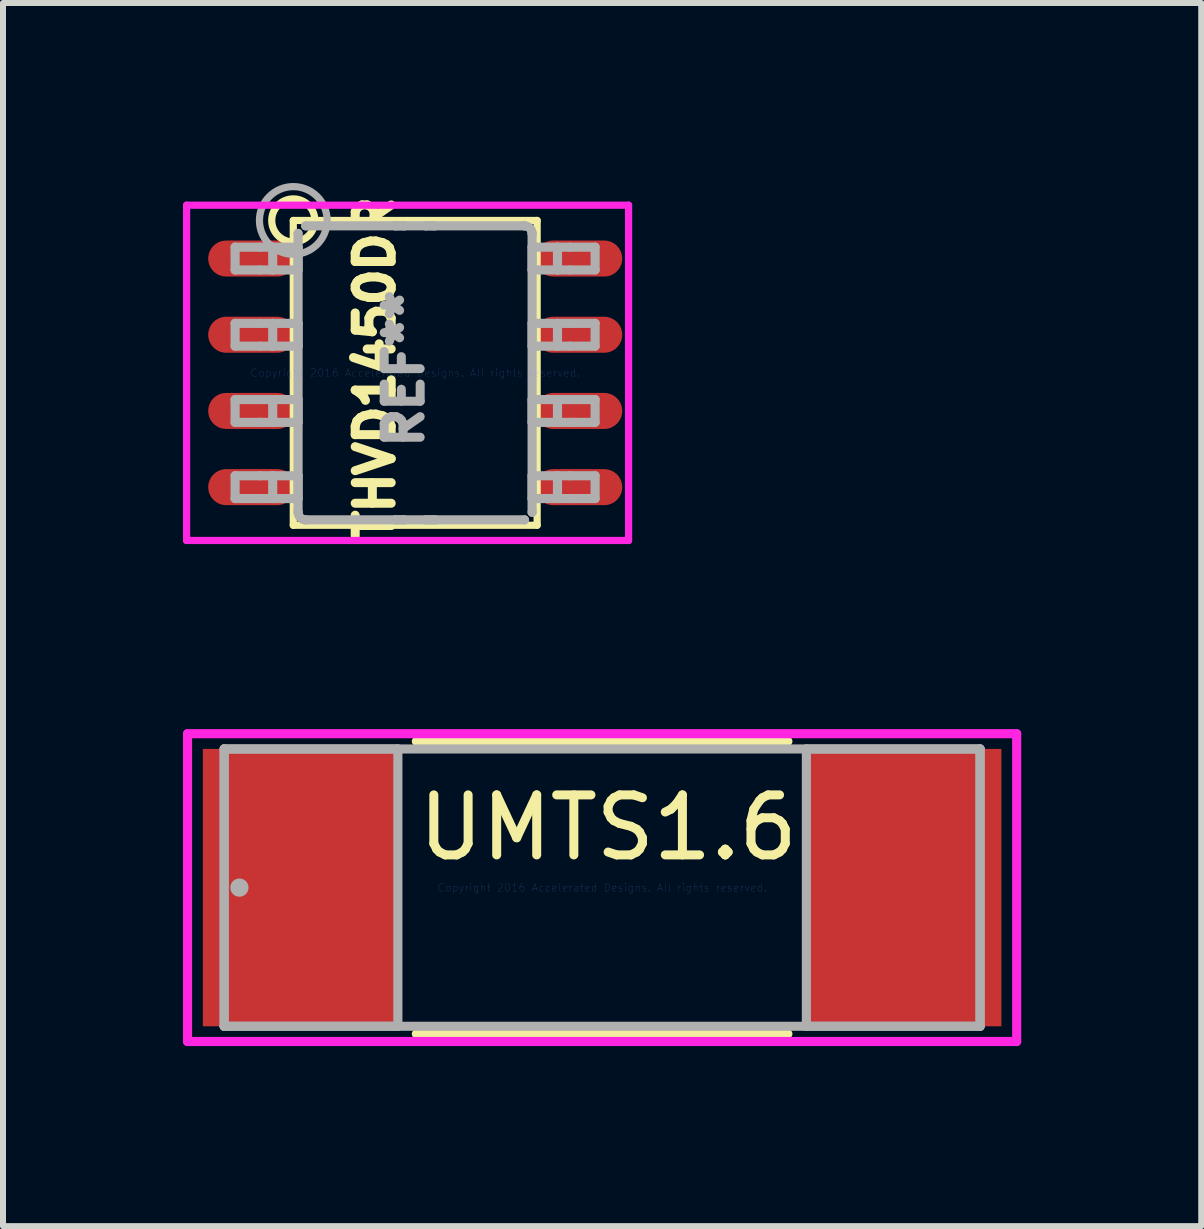
<source format=kicad_pcb>
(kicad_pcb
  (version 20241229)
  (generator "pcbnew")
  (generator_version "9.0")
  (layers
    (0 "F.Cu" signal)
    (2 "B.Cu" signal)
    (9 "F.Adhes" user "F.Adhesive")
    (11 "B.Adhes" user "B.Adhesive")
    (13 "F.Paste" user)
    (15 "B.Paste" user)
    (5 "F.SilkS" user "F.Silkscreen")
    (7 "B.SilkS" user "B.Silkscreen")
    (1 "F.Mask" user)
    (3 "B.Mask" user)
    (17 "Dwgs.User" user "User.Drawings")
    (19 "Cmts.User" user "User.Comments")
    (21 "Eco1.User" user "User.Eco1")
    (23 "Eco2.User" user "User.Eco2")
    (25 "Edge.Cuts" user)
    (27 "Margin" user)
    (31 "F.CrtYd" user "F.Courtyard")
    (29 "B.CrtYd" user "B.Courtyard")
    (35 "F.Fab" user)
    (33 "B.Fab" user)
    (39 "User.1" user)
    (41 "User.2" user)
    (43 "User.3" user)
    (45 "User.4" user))
  (footprint "UMTS1.6"
    (layer "F.Cu")
    (at 6.985 11.743)
    (property "Reference" "UMTS1.6" (at 0.1 -1 0) (layer "F.SilkS") (effects (font (size 1 1) (thickness 0.15))))
    (attr smd)
    (fp_line (start -3.096 2.438) (end 3.096 2.438) (stroke (width 0.152) (type solid)) (layer "F.SilkS"))
    (fp_line (start 3.096 -2.438) (end -3.096 -2.438) (stroke (width 0.152) (type solid)) (layer "F.SilkS"))
    (fp_line (start -6.909 -2.565) (end 6.909 -2.565) (stroke (width 0.152) (type solid)) (layer "F.CrtYd"))
    (fp_line (start -6.909 2.565) (end -6.909 -2.565) (stroke (width 0.152) (type solid)) (layer "F.CrtYd"))
    (fp_line (start 6.909 -2.565) (end 6.909 2.565) (stroke (width 0.152) (type solid)) (layer "F.CrtYd"))
    (fp_line (start 6.909 2.565) (end -6.909 2.565) (stroke (width 0.152) (type solid)) (layer "F.CrtYd"))
    (fp_line (start -6.299 -2.311) (end -6.299 2.311) (stroke (width 0.152) (type solid)) (layer "F.Fab"))
    (fp_line (start -6.299 -2.311) (end -6.299 2.311) (stroke (width 0.152) (type solid)) (layer "F.Fab"))
    (fp_line (start -6.299 2.311) (end -3.404 2.311) (stroke (width 0.152) (type solid)) (layer "F.Fab"))
    (fp_line (start -6.299 2.311) (end 6.299 2.311) (stroke (width 0.152) (type solid)) (layer "F.Fab"))
    (fp_line (start -3.404 -2.311) (end -6.299 -2.311) (stroke (width 0.152) (type solid)) (layer "F.Fab"))
    (fp_line (start -3.404 2.311) (end -3.404 -2.311) (stroke (width 0.152) (type solid)) (layer "F.Fab"))
    (fp_line (start 3.404 -2.311) (end 3.404 2.311) (stroke (width 0.152) (type solid)) (layer "F.Fab"))
    (fp_line (start 3.404 2.311) (end 6.299 2.311) (stroke (width 0.152) (type solid)) (layer "F.Fab"))
    (fp_line (start 6.299 -2.311) (end -6.299 -2.311) (stroke (width 0.152) (type solid)) (layer "F.Fab"))
    (fp_line (start 6.299 -2.311) (end 3.404 -2.311) (stroke (width 0.152) (type solid)) (layer "F.Fab"))
    (fp_line (start 6.299 2.311) (end 6.299 -2.311) (stroke (width 0.152) (type solid)) (layer "F.Fab"))
    (fp_line (start 6.299 2.311) (end 6.299 -2.311) (stroke (width 0.152) (type solid)) (layer "F.Fab"))
    (fp_circle (center -6.045 0) (end -6.045 0) (stroke (width 0.152) (type solid)) (fill no) (layer "F.Fab"))
    (fp_text user "Copyright 2016 Accelerated Designs. All rights reserved." (at 0 0 0) (layer "Cmts.User") (effects (font (size 0.127 0.127) (thickness 0.002))))
    (pad "1" smd rect (at -5.029 0) (size 3.251 4.623) (layers "F.Cu" "F.Mask" "F.Paste"))
    (pad "2" smd rect (at 5.029 0) (size 3.251 4.623) (layers "F.Cu" "F.Mask" "F.Paste")))
  (footprint "THVD1450DR"
    (layer "F.Cu")
    (at 3.87 3.164)
    (property "Reference" "THVD1450DR" (at -0.67 -0.07 90) (layer "F.SilkS") (effects (font (size 0.6 0.6) (thickness 0.15))))
    (attr through_hole)
    (fp_line (start -2.032 -2.54) (end 2.032 -2.54) (stroke (width 0.12) (type solid)) (layer "F.SilkS"))
    (fp_line (start -2.032 2.54) (end -2.032 -2.54) (stroke (width 0.12) (type solid)) (layer "F.SilkS"))
    (fp_line (start 2.032 -2.54) (end 2.032 2.54) (stroke (width 0.12) (type solid)) (layer "F.SilkS"))
    (fp_line (start 2.032 2.54) (end -2.032 2.54) (stroke (width 0.12) (type solid)) (layer "F.SilkS"))
    (fp_circle (center -2.032 -2.54) (end -1.778 -2.286) (stroke (width 0.12) (type solid)) (fill no) (layer "F.SilkS"))
    (fp_line (start -3.81 -2.794) (end -3.81 2.794) (stroke (width 0.12) (type solid)) (layer "F.CrtYd"))
    (fp_line (start -3.81 -2.794) (end 3.556 -2.794) (stroke (width 0.12) (type solid)) (layer "F.CrtYd"))
    (fp_line (start -3.81 2.794) (end 3.556 2.794) (stroke (width 0.12) (type solid)) (layer "F.CrtYd"))
    (fp_line (start 3.556 2.794) (end 3.556 -2.794) (stroke (width 0.12) (type solid)) (layer "F.CrtYd"))
    (fp_line (start -3.002 -2.095) (end -2.589 -2.095) (stroke (width 0.152) (type solid)) (layer "F.Fab"))
    (fp_line (start -3.002 -1.715) (end -3.002 -2.095) (stroke (width 0.152) (type solid)) (layer "F.Fab"))
    (fp_line (start -3.002 -1.715) (end -2.589 -1.715) (stroke (width 0.152) (type solid)) (layer "F.Fab"))
    (fp_line (start -3.002 -0.825) (end -2.589 -0.825) (stroke (width 0.152) (type solid)) (layer "F.Fab"))
    (fp_line (start -3.002 -0.445) (end -3.002 -0.825) (stroke (width 0.152) (type solid)) (layer "F.Fab"))
    (fp_line (start -3.002 -0.445) (end -2.589 -0.445) (stroke (width 0.152) (type solid)) (layer "F.Fab"))
    (fp_line (start -3.002 0.445) (end -2.589 0.445) (stroke (width 0.152) (type solid)) (layer "F.Fab"))
    (fp_line (start -3.002 0.825) (end -3.002 0.445) (stroke (width 0.152) (type solid)) (layer "F.Fab"))
    (fp_line (start -3.002 0.825) (end -2.589 0.825) (stroke (width 0.152) (type solid)) (layer "F.Fab"))
    (fp_line (start -3.002 1.715) (end -2.589 1.715) (stroke (width 0.152) (type solid)) (layer "F.Fab"))
    (fp_line (start -3.002 2.095) (end -3.002 1.715) (stroke (width 0.152) (type solid)) (layer "F.Fab"))
    (fp_line (start -3.002 2.095) (end -2.589 2.095) (stroke (width 0.152) (type solid)) (layer "F.Fab"))
    (fp_line (start -2.589 -2.095) (end -2.375 -2.095) (stroke (width 0.152) (type solid)) (layer "F.Fab"))
    (fp_line (start -2.589 -1.715) (end -2.375 -1.715) (stroke (width 0.152) (type solid)) (layer "F.Fab"))
    (fp_line (start -2.589 -0.825) (end -2.375 -0.825) (stroke (width 0.152) (type solid)) (layer "F.Fab"))
    (fp_line (start -2.589 -0.445) (end -2.375 -0.445) (stroke (width 0.152) (type solid)) (layer "F.Fab"))
    (fp_line (start -2.589 0.445) (end -2.375 0.445) (stroke (width 0.152) (type solid)) (layer "F.Fab"))
    (fp_line (start -2.589 0.825) (end -2.375 0.825) (stroke (width 0.152) (type solid)) (layer "F.Fab"))
    (fp_line (start -2.589 1.715) (end -2.375 1.715) (stroke (width 0.152) (type solid)) (layer "F.Fab"))
    (fp_line (start -2.589 2.095) (end -2.375 2.095) (stroke (width 0.152) (type solid)) (layer "F.Fab"))
    (fp_line (start -2.375 -2.095) (end -1.995 -2.095) (stroke (width 0.152) (type solid)) (layer "F.Fab"))
    (fp_line (start -2.375 -1.715) (end -2.375 -2.095) (stroke (width 0.152) (type solid)) (layer "F.Fab"))
    (fp_line (start -2.375 -1.715) (end -1.995 -1.715) (stroke (width 0.152) (type solid)) (layer "F.Fab"))
    (fp_line (start -2.375 -0.825) (end -1.995 -0.825) (stroke (width 0.152) (type solid)) (layer "F.Fab"))
    (fp_line (start -2.375 -0.445) (end -2.375 -0.825) (stroke (width 0.152) (type solid)) (layer "F.Fab"))
    (fp_line (start -2.375 -0.445) (end -1.995 -0.445) (stroke (width 0.152) (type solid)) (layer "F.Fab"))
    (fp_line (start -2.375 0.445) (end -1.995 0.445) (stroke (width 0.152) (type solid)) (layer "F.Fab"))
    (fp_line (start -2.375 0.825) (end -2.375 0.445) (stroke (width 0.152) (type solid)) (layer "F.Fab"))
    (fp_line (start -2.375 0.825) (end -1.995 0.825) (stroke (width 0.152) (type solid)) (layer "F.Fab"))
    (fp_line (start -2.375 1.715) (end -1.995 1.715) (stroke (width 0.152) (type solid)) (layer "F.Fab"))
    (fp_line (start -2.375 2.095) (end -2.375 1.715) (stroke (width 0.152) (type solid)) (layer "F.Fab"))
    (fp_line (start -2.375 2.095) (end -1.995 2.095) (stroke (width 0.152) (type solid)) (layer "F.Fab"))
    (fp_line (start -1.995 -2.095) (end -1.952 -2.095) (stroke (width 0.152) (type solid)) (layer "F.Fab"))
    (fp_line (start -1.995 -1.715) (end -1.952 -1.715) (stroke (width 0.152) (type solid)) (layer "F.Fab"))
    (fp_line (start -1.995 -0.825) (end -1.952 -0.825) (stroke (width 0.152) (type solid)) (layer "F.Fab"))
    (fp_line (start -1.995 -0.445) (end -1.952 -0.445) (stroke (width 0.152) (type solid)) (layer "F.Fab"))
    (fp_line (start -1.995 0.445) (end -1.952 0.445) (stroke (width 0.152) (type solid)) (layer "F.Fab"))
    (fp_line (start -1.995 0.825) (end -1.952 0.825) (stroke (width 0.152) (type solid)) (layer "F.Fab"))
    (fp_line (start -1.995 1.715) (end -1.952 1.715) (stroke (width 0.152) (type solid)) (layer "F.Fab"))
    (fp_line (start -1.995 2.095) (end -1.952 2.095) (stroke (width 0.152) (type solid)) (layer "F.Fab"))
    (fp_line (start -1.952 -2.323) (end -1.952 -2.324) (stroke (width 0.152) (type solid)) (layer "F.Fab"))
    (fp_line (start -1.952 -1.715) (end -1.952 -2.095) (stroke (width 0.152) (type solid)) (layer "F.Fab"))
    (fp_line (start -1.952 -0.445) (end -1.952 -0.825) (stroke (width 0.152) (type solid)) (layer "F.Fab"))
    (fp_line (start -1.952 0.825) (end -1.952 0.445) (stroke (width 0.152) (type solid)) (layer "F.Fab"))
    (fp_line (start -1.952 2.095) (end -1.952 1.715) (stroke (width 0.152) (type solid)) (layer "F.Fab"))
    (fp_line (start -1.952 2.323) (end -1.952 -2.323) (stroke (width 0.152) (type solid)) (layer "F.Fab"))
    (fp_line (start -1.952 2.324) (end -1.952 2.323) (stroke (width 0.152) (type solid)) (layer "F.Fab"))
    (fp_line (start -1.826 -2.45) (end -1.825 -2.45) (stroke (width 0.152) (type solid)) (layer "F.Fab"))
    (fp_line (start -1.826 2.45) (end -1.825 2.45) (stroke (width 0.152) (type solid)) (layer "F.Fab"))
    (fp_line (start -1.825 -2.45) (end -0.332 -2.45) (stroke (width 0.152) (type solid)) (layer "F.Fab"))
    (fp_line (start -1.825 2.45) (end -0.332 2.45) (stroke (width 0.152) (type solid)) (layer "F.Fab"))
    (fp_line (start -0.332 -2.45) (end -0.182 -2.45) (stroke (width 0.152) (type solid)) (layer "F.Fab"))
    (fp_line (start -0.332 -2.45) (end -0.182 -2.45) (stroke (width 0.152) (type solid)) (layer "F.Fab"))
    (fp_line (start -0.332 2.45) (end -0.182 2.45) (stroke (width 0.152) (type solid)) (layer "F.Fab"))
    (fp_line (start -0.332 2.45) (end -0.182 2.45) (stroke (width 0.152) (type solid)) (layer "F.Fab"))
    (fp_line (start -0.182 -2.45) (end 0.178 -2.45) (stroke (width 0.152) (type solid)) (layer "F.Fab"))
    (fp_line (start -0.182 2.45) (end 0.178 2.45) (stroke (width 0.152) (type solid)) (layer "F.Fab"))
    (fp_line (start 0.178 -2.45) (end 0.328 -2.45) (stroke (width 0.152) (type solid)) (layer "F.Fab"))
    (fp_line (start 0.178 -2.45) (end 0.328 -2.45) (stroke (width 0.152) (type solid)) (layer "F.Fab"))
    (fp_line (start 0.178 2.45) (end 0.328 2.45) (stroke (width 0.152) (type solid)) (layer "F.Fab"))
    (fp_line (start 0.178 2.45) (end 0.328 2.45) (stroke (width 0.152) (type solid)) (layer "F.Fab"))
    (fp_line (start 0.328 -2.45) (end 1.821 -2.45) (stroke (width 0.152) (type solid)) (layer "F.Fab"))
    (fp_line (start 0.328 2.45) (end 1.821 2.45) (stroke (width 0.152) (type solid)) (layer "F.Fab"))
    (fp_line (start 1.821 -2.45) (end 1.822 -2.45) (stroke (width 0.152) (type solid)) (layer "F.Fab"))
    (fp_line (start 1.821 2.45) (end 1.822 2.45) (stroke (width 0.152) (type solid)) (layer "F.Fab"))
    (fp_line (start 1.948 -2.323) (end 1.948 -2.324) (stroke (width 0.152) (type solid)) (layer "F.Fab"))
    (fp_line (start 1.948 -2.095) (end 1.991 -2.095) (stroke (width 0.152) (type solid)) (layer "F.Fab"))
    (fp_line (start 1.948 -1.715) (end 1.948 -2.095) (stroke (width 0.152) (type solid)) (layer "F.Fab"))
    (fp_line (start 1.948 -1.715) (end 1.991 -1.715) (stroke (width 0.152) (type solid)) (layer "F.Fab"))
    (fp_line (start 1.948 -0.825) (end 1.991 -0.825) (stroke (width 0.152) (type solid)) (layer "F.Fab"))
    (fp_line (start 1.948 -0.445) (end 1.948 -0.825) (stroke (width 0.152) (type solid)) (layer "F.Fab"))
    (fp_line (start 1.948 -0.445) (end 1.991 -0.445) (stroke (width 0.152) (type solid)) (layer "F.Fab"))
    (fp_line (start 1.948 0.445) (end 1.991 0.445) (stroke (width 0.152) (type solid)) (layer "F.Fab"))
    (fp_line (start 1.948 0.825) (end 1.948 0.445) (stroke (width 0.152) (type solid)) (layer "F.Fab"))
    (fp_line (start 1.948 0.825) (end 1.991 0.825) (stroke (width 0.152) (type solid)) (layer "F.Fab"))
    (fp_line (start 1.948 1.715) (end 1.991 1.715) (stroke (width 0.152) (type solid)) (layer "F.Fab"))
    (fp_line (start 1.948 2.095) (end 1.948 1.715) (stroke (width 0.152) (type solid)) (layer "F.Fab"))
    (fp_line (start 1.948 2.095) (end 1.991 2.095) (stroke (width 0.152) (type solid)) (layer "F.Fab"))
    (fp_line (start 1.948 2.323) (end 1.948 -2.323) (stroke (width 0.152) (type solid)) (layer "F.Fab"))
    (fp_line (start 1.948 2.324) (end 1.948 2.323) (stroke (width 0.152) (type solid)) (layer "F.Fab"))
    (fp_line (start 1.991 -2.095) (end 2.371 -2.095) (stroke (width 0.152) (type solid)) (layer "F.Fab"))
    (fp_line (start 1.991 -1.715) (end 2.371 -1.715) (stroke (width 0.152) (type solid)) (layer "F.Fab"))
    (fp_line (start 1.991 -0.825) (end 2.371 -0.825) (stroke (width 0.152) (type solid)) (layer "F.Fab"))
    (fp_line (start 1.991 -0.445) (end 2.371 -0.445) (stroke (width 0.152) (type solid)) (layer "F.Fab"))
    (fp_line (start 1.991 0.445) (end 2.371 0.445) (stroke (width 0.152) (type solid)) (layer "F.Fab"))
    (fp_line (start 1.991 0.825) (end 2.371 0.825) (stroke (width 0.152) (type solid)) (layer "F.Fab"))
    (fp_line (start 1.991 1.715) (end 2.371 1.715) (stroke (width 0.152) (type solid)) (layer "F.Fab"))
    (fp_line (start 1.991 2.095) (end 2.371 2.095) (stroke (width 0.152) (type solid)) (layer "F.Fab"))
    (fp_line (start 2.371 -2.095) (end 2.585 -2.095) (stroke (width 0.152) (type solid)) (layer "F.Fab"))
    (fp_line (start 2.371 -1.715) (end 2.371 -2.095) (stroke (width 0.152) (type solid)) (layer "F.Fab"))
    (fp_line (start 2.371 -1.715) (end 2.585 -1.715) (stroke (width 0.152) (type solid)) (layer "F.Fab"))
    (fp_line (start 2.371 -0.825) (end 2.585 -0.825) (stroke (width 0.152) (type solid)) (layer "F.Fab"))
    (fp_line (start 2.371 -0.445) (end 2.371 -0.825) (stroke (width 0.152) (type solid)) (layer "F.Fab"))
    (fp_line (start 2.371 -0.445) (end 2.585 -0.445) (stroke (width 0.152) (type solid)) (layer "F.Fab"))
    (fp_line (start 2.371 0.445) (end 2.585 0.445) (stroke (width 0.152) (type solid)) (layer "F.Fab"))
    (fp_line (start 2.371 0.825) (end 2.371 0.445) (stroke (width 0.152) (type solid)) (layer "F.Fab"))
    (fp_line (start 2.371 0.825) (end 2.585 0.825) (stroke (width 0.152) (type solid)) (layer "F.Fab"))
    (fp_line (start 2.371 1.715) (end 2.585 1.715) (stroke (width 0.152) (type solid)) (layer "F.Fab"))
    (fp_line (start 2.371 2.095) (end 2.371 1.715) (stroke (width 0.152) (type solid)) (layer "F.Fab"))
    (fp_line (start 2.371 2.095) (end 2.585 2.095) (stroke (width 0.152) (type solid)) (layer "F.Fab"))
    (fp_line (start 2.585 -2.095) (end 2.998 -2.095) (stroke (width 0.152) (type solid)) (layer "F.Fab"))
    (fp_line (start 2.585 -1.715) (end 2.998 -1.715) (stroke (width 0.152) (type solid)) (layer "F.Fab"))
    (fp_line (start 2.585 -0.825) (end 2.998 -0.825) (stroke (width 0.152) (type solid)) (layer "F.Fab"))
    (fp_line (start 2.585 -0.445) (end 2.998 -0.445) (stroke (width 0.152) (type solid)) (layer "F.Fab"))
    (fp_line (start 2.585 0.445) (end 2.998 0.445) (stroke (width 0.152) (type solid)) (layer "F.Fab"))
    (fp_line (start 2.585 0.825) (end 2.998 0.825) (stroke (width 0.152) (type solid)) (layer "F.Fab"))
    (fp_line (start 2.585 1.715) (end 2.998 1.715) (stroke (width 0.152) (type solid)) (layer "F.Fab"))
    (fp_line (start 2.585 2.095) (end 2.998 2.095) (stroke (width 0.152) (type solid)) (layer "F.Fab"))
    (fp_line (start 2.998 -1.715) (end 2.998 -2.095) (stroke (width 0.152) (type solid)) (layer "F.Fab"))
    (fp_line (start 2.998 -0.445) (end 2.998 -0.825) (stroke (width 0.152) (type solid)) (layer "F.Fab"))
    (fp_line (start 2.998 0.825) (end 2.998 0.445) (stroke (width 0.152) (type solid)) (layer "F.Fab"))
    (fp_line (start 2.998 2.095) (end 2.998 1.715) (stroke (width 0.152) (type solid)) (layer "F.Fab"))
    (fp_arc (start -1.824998 2.449995) (mid -1.914137 2.41346) (end -1.951992 2.324873) (stroke (width 0.1524) (type solid)) (layer "F.Fab"))
    (fp_arc (start 1.820989 -2.450005) (mid 1.910127 -2.41347) (end 1.947982 -2.324884) (stroke (width 0.1524) (type solid)) (layer "F.Fab"))
    (fp_circle (center -2.032 -2.54) (end -1.468 -2.54) (stroke (width 0.12) (type solid)) (fill no) (layer "F.Fab"))
    (fp_text user "Copyright 2016 Accelerated Designs. All rights reserved." (at 0 0 0) (layer "Cmts.User") (effects (font (size 0.127 0.127) (thickness 0.002))))
    (fp_text user "REF**" (at -0.187 -0.07 90) (layer "F.Fab") (effects (font (size 0.6 0.6) (thickness 0.15))))
    (pad "1" smd oval (at -2.725 -1.905 90) (size 0.6 1.45) (layers "F.Cu" "F.Mask" "F.Paste"))
    (pad "2" smd oval (at -2.725 -0.635 90) (size 0.6 1.45) (layers "F.Cu" "F.Mask" "F.Paste"))
    (pad "3" smd oval (at -2.725 0.635 90) (size 0.6 1.45) (layers "F.Cu" "F.Mask" "F.Paste"))
    (pad "4" smd oval (at -2.725 1.905 90) (size 0.6 1.45) (layers "F.Cu" "F.Mask" "F.Paste"))
    (pad "5" smd oval (at 2.725 1.905 90) (size 0.6 1.45) (layers "F.Cu" "F.Mask" "F.Paste"))
    (pad "6" smd oval (at 2.725 0.635 90) (size 0.6 1.45) (layers "F.Cu" "F.Mask" "F.Paste"))
    (pad "7" smd oval (at 2.725 -0.635 90) (size 0.6 1.45) (layers "F.Cu" "F.Mask" "F.Paste"))
    (pad "8" smd oval (at 2.725 -1.905 90) (size 0.6 1.45) (layers "F.Cu" "F.Mask" "F.Paste")))
  (gr_rect
    (start -3 -3)
    (end 16.97 17.385)
    (stroke (width 0.1) (type default))
    (fill no)
    (layer "Edge.Cuts")))
</source>
